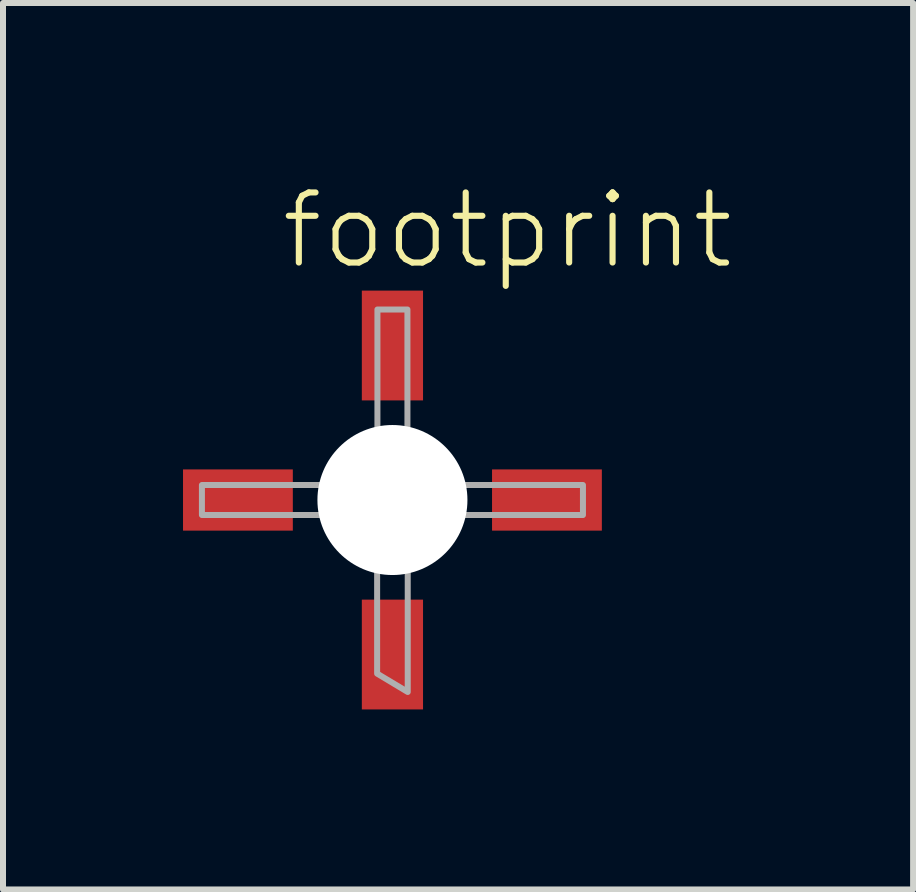
<source format=kicad_pcb>
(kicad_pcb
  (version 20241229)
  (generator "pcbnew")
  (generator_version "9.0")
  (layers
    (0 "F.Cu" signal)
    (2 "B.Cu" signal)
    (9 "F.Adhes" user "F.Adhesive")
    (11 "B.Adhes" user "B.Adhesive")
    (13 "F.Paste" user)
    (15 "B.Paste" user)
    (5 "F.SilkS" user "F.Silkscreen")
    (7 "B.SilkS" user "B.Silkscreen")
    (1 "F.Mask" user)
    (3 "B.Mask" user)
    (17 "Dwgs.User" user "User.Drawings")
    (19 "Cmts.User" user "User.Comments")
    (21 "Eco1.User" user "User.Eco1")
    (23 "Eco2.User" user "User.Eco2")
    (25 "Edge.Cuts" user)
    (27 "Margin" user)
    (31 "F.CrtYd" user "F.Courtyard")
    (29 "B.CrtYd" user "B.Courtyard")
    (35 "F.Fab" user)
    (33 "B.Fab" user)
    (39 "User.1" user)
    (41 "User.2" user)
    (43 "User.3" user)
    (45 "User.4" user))
  (footprint "footprint"
    (layer "F.Cu")
    (at 3.49 5.283)
    (property "Reference" "footprint" (at -1.905 -3.81 0) (layer "F.SilkS") (effects (font (size 1.168 1.168) (thickness 0.102)) (justify left bottom)))
    (fp_circle (center 0 0) (end 1.025 0) (stroke (width 0.102) (type solid)) (fill no) (layer "F.SilkS"))
    (fp_circle (center 0 0.75) (end 0.087 0.75) (stroke (width 0.175) (type solid)) (fill yes) (layer "F.SilkS"))
    (fp_poly (pts (xy -3.175 0.25) (xy -1.015 0.25) (xy -1.015 -0.25) (xy -3.175 -0.25)) (stroke (width 0.1) (type solid)) (fill no) (layer "F.Fab"))
    (fp_poly (pts (xy -0.25 -3.175) (xy -0.25 -1.015) (xy 0.25 -1.015) (xy 0.25 -3.175)) (stroke (width 0.1) (type solid)) (fill no) (layer "F.Fab"))
    (fp_poly (pts (xy 0.255 3.199) (xy -0.255 2.893) (xy -0.255 1.035) (xy 0.255 1.035)) (stroke (width 0.1) (type solid)) (fill no) (layer "F.Fab"))
    (fp_poly (pts (xy 3.175 -0.25) (xy 1.015 -0.25) (xy 1.015 0.25) (xy 3.175 0.25)) (stroke (width 0.1) (type solid)) (fill no) (layer "F.Fab"))
    (pad "" np_thru_hole circle (at 0 0) (size 2.5 2.5) (drill 2.5) (layers "*.Cu" "*.Mask"))
    (pad "1" smd rect (at 0 2.575 90) (size 1.83 1.02) (layers "F.Cu" "F.Mask" "F.Paste"))
    (pad "2" smd rect (at 2.575 0 180) (size 1.83 1.02) (layers "F.Cu" "F.Mask" "F.Paste"))
    (pad "3" smd rect (at 0 -2.575 90) (size 1.83 1.02) (layers "F.Cu" "F.Mask" "F.Paste"))
    (pad "4" smd rect (at -2.575 0 180) (size 1.83 1.02) (layers "F.Cu" "F.Mask" "F.Paste")))
  (gr_rect
    (start -3 -3)
    (end 12.167 11.773)
    (stroke (width 0.1) (type default))
    (fill no)
    (layer "Edge.Cuts")))
</source>
